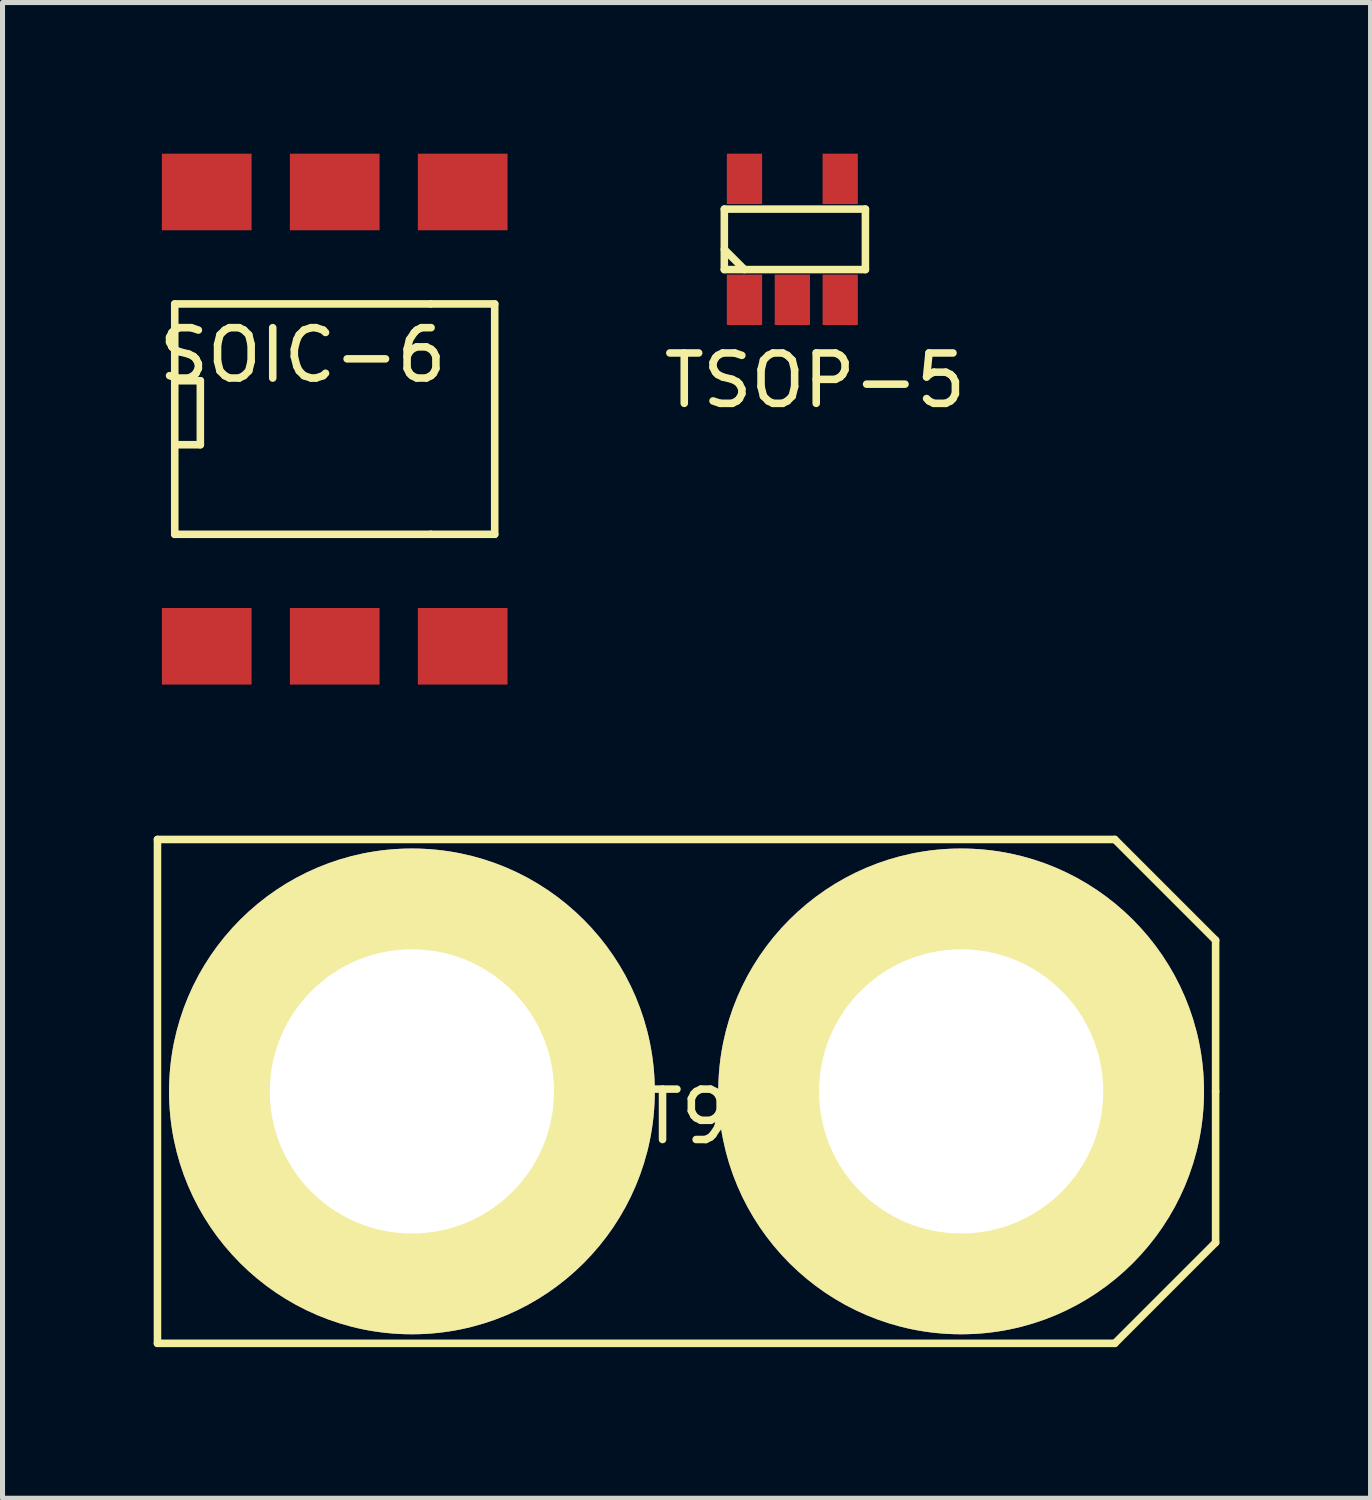
<source format=kicad_pcb>
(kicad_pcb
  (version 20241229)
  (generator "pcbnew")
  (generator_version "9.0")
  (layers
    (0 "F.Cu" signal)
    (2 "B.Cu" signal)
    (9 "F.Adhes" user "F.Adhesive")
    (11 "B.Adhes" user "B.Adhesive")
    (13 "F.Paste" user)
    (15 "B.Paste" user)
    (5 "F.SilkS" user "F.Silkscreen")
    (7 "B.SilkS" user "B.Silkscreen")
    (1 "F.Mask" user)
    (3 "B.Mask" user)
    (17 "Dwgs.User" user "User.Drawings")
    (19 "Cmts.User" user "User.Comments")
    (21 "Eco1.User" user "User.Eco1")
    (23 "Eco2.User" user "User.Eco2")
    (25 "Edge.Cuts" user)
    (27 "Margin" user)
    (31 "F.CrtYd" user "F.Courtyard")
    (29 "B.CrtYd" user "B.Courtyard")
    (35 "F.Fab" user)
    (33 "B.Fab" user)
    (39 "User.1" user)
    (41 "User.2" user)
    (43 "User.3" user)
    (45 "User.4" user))
  (footprint "SOIC-6"
    (layer "F.Cu")
    (at 2.958 5.268)
    (property "Reference" "SOIC-6" (at 0 -1.27 0) (layer "F.SilkS") (effects (font (size 1 1) (thickness 0.15))))
    (attr smd)
    (fp_line (start -2.54 -2.286) (end 2.54 -2.286) (stroke (width 0.15) (type solid)) (layer "F.SilkS"))
    (fp_line (start -2.54 -0.762) (end -2.032 -0.762) (stroke (width 0.15) (type solid)) (layer "F.SilkS"))
    (fp_line (start -2.54 2.286) (end -2.54 -2.286) (stroke (width 0.15) (type solid)) (layer "F.SilkS"))
    (fp_line (start -2.032 -0.762) (end -2.032 0.508) (stroke (width 0.15) (type solid)) (layer "F.SilkS"))
    (fp_line (start -2.032 0.508) (end -2.54 0.508) (stroke (width 0.15) (type solid)) (layer "F.SilkS"))
    (fp_line (start 2.54 -2.286) (end 3.81 -2.286) (stroke (width 0.15) (type solid)) (layer "F.SilkS"))
    (fp_line (start 2.54 2.286) (end -2.54 2.286) (stroke (width 0.15) (type solid)) (layer "F.SilkS"))
    (fp_line (start 3.81 -2.286) (end 3.81 2.286) (stroke (width 0.15) (type solid)) (layer "F.SilkS"))
    (fp_line (start 3.81 2.286) (end 2.54 2.286) (stroke (width 0.15) (type solid)) (layer "F.SilkS"))
    (pad "1" smd rect (at -1.905 4.508) (size 1.78 1.52) (layers "F.Cu" "F.Mask" "F.Paste"))
    (pad "2" smd rect (at 0.635 4.508) (size 1.78 1.52) (layers "F.Cu" "F.Mask" "F.Paste"))
    (pad "3" smd rect (at 3.175 4.508) (size 1.78 1.52) (layers "F.Cu" "F.Mask" "F.Paste"))
    (pad "4" smd rect (at 3.175 -4.508) (size 1.78 1.52) (layers "F.Cu" "F.Mask" "F.Paste"))
    (pad "5" smd rect (at 0.635 -4.508) (size 1.78 1.52) (layers "F.Cu" "F.Mask" "F.Paste"))
    (pad "6" smd rect (at -1.905 -4.508) (size 1.78 1.52) (layers "F.Cu" "F.Mask" "F.Paste")))
  (footprint "TSOP-5"
    (layer "F.Cu")
    (at 12.525 1.7)
    (property "Reference" "TSOP-5" (at 0.6 2.8 0) (layer "F.SilkS") (effects (font (size 1 1) (thickness 0.15))))
    (attr through_hole)
    (fp_line (start -1.2 -0.6) (end 1.6 -0.6) (stroke (width 0.15) (type solid)) (layer "F.SilkS"))
    (fp_line (start -1.2 0.2) (end -0.8 0.6) (stroke (width 0.15) (type solid)) (layer "F.SilkS"))
    (fp_line (start -1.2 0.6) (end -1.2 -0.6) (stroke (width 0.15) (type solid)) (layer "F.SilkS"))
    (fp_line (start 1.6 -0.6) (end 1.6 0.6) (stroke (width 0.15) (type solid)) (layer "F.SilkS"))
    (fp_line (start 1.6 0.6) (end -1.2 0.6) (stroke (width 0.15) (type solid)) (layer "F.SilkS"))
    (pad "1" smd rect (at -0.8 1.2) (size 0.7 1) (layers "F.Cu" "F.Mask" "F.Paste"))
    (pad "2" smd rect (at 0.15 1.2) (size 0.7 1) (layers "F.Cu" "F.Mask" "F.Paste"))
    (pad "3" smd rect (at 1.1 1.2) (size 0.7 1) (layers "F.Cu" "F.Mask" "F.Paste"))
    (pad "4" smd rect (at 1.1 -1.2) (size 0.7 1) (layers "F.Cu" "F.Mask" "F.Paste"))
    (pad "5" smd rect (at -0.8 -1.2) (size 0.7 1) (layers "F.Cu" "F.Mask" "F.Paste")))
  (footprint "XT90"
    (layer "F.Cu")
    (at 10.575 18.61)
    (property "Reference" "XT90" (at 0 0.5 0) (layer "F.SilkS") (effects (font (size 1 1) (thickness 0.15))))
    (attr through_hole)
    (fp_line (start -10.5 -5) (end -10.5 5) (stroke (width 0.15) (type solid)) (layer "F.SilkS"))
    (fp_line (start -10.5 5) (end 8.5 5) (stroke (width 0.15) (type solid)) (layer "F.SilkS"))
    (fp_line (start 8.5 -5) (end -10.5 -5) (stroke (width 0.15) (type solid)) (layer "F.SilkS"))
    (fp_line (start 8.5 5) (end 10.5 3) (stroke (width 0.15) (type solid)) (layer "F.SilkS"))
    (fp_line (start 10.5 -3) (end 8.5 -5) (stroke (width 0.15) (type solid)) (layer "F.SilkS"))
    (fp_line (start 10.5 0) (end 10.5 -3) (stroke (width 0.15) (type solid)) (layer "F.SilkS"))
    (fp_line (start 10.5 0) (end 10.5 3) (stroke (width 0.15) (type solid)) (layer "F.SilkS"))
    (pad "1" thru_hole circle (at -5.45 0) (size 9.64 9.64) (drill 5.64) (layers "*.Cu" "*.Mask" "F.SilkS"))
    (pad "2" thru_hole circle (at 5.45 0) (size 9.64 9.64) (drill 5.64) (layers "*.Cu" "*.Mask" "F.SilkS")))
  (gr_rect
    (start -3 -3)
    (end 24.15 26.685)
    (stroke (width 0.1) (type default))
    (fill no)
    (layer "Edge.Cuts")))
</source>
